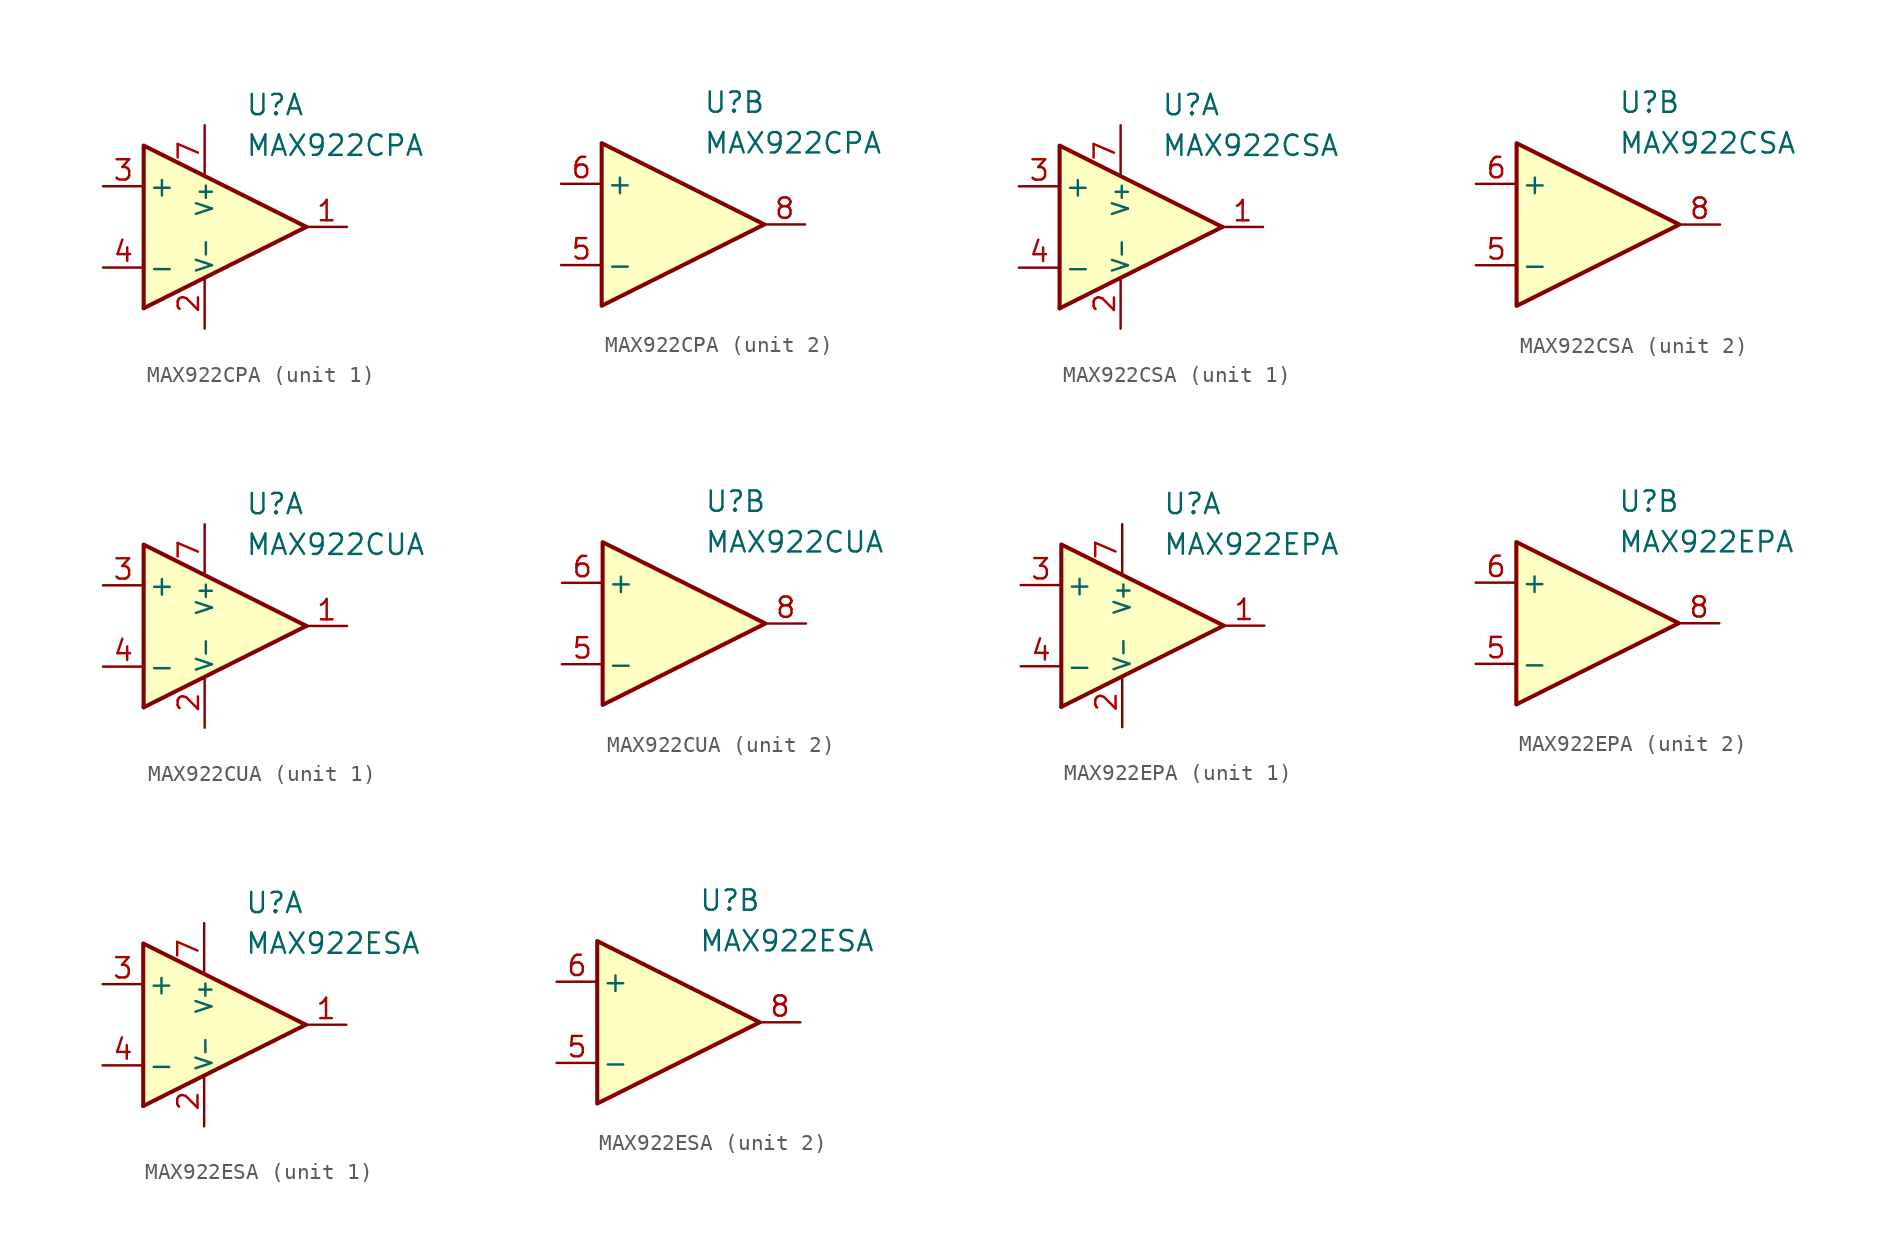
<source format=kicad_sym>
(kicad_symbol_lib
  (version 20211014)
  (generator kicad_symbol_editor)
  (symbol "MAX922CPA"
    (pin_names
      (offset 0.254))
    (property "Reference" "U"
      (at 2.54 7.62 0)
      (effects (font (size 1.27 1.27)) (justify left)))
    (property "Value" "MAX922CPA"
      (at 2.54 5.08 0)
      (effects (font (size 1.27 1.27)) (justify left)))
    (property "ki_locked" ""
      (at 0 0 0)
      (effects (font (size 1.27 1.27))))
    (symbol "MAX922CPA_1_0"
      (polyline (pts (xy 6.35 0) (xy -3.81 -5.08)) (stroke (width 0.254) (type default) (color 0 0 0 0)) (fill (type none)))
      (polyline (pts (xy 6.35 0) (xy -3.81 5.08) (xy -3.81 -5.08)) (stroke (width 0.254) (type default) (color 0 0 0 0)) (fill (type background))))
    (symbol "MAX922CPA_1_1"
      (pin output line (at 8.89 0 180) (length 2.54) (name "~" (effects (font (size 1.27 1.27)))) (number "1" (effects (font (size 1.27 1.27)))))
      (pin power_in line (at 0 -6.35 90) (length 3.18) (name "V-" (effects (font (size 1 1)))) (number "2" (effects (font (size 1.27 1.27)))))
      (pin input line (at -6.35 2.54 0) (length 2.54) (name "+" (effects (font (size 1.27 1.27)))) (number "3" (effects (font (size 1.27 1.27)))))
      (pin input line (at -6.35 -2.54 0) (length 2.54) (name "-" (effects (font (size 1.27 1.27)))) (number "4" (effects (font (size 1.27 1.27)))))
      (pin power_in line (at 0 6.35 270) (length 3.18) (name "V+" (effects (font (size 1 1)))) (number "7" (effects (font (size 1.27 1.27))))))
    (symbol "MAX922CPA_2_0"
      (polyline (pts (xy 6.35 0) (xy -3.81 5.08) (xy -3.81 -5.08) (xy 6.35 0)) (stroke (width 0.254) (type default) (color 0 0 0 0)) (fill (type background))))
    (symbol "MAX922CPA_2_1"
      (pin input line (at -6.35 -2.54 0) (length 2.54) (name "-" (effects (font (size 1.27 1.27)))) (number "5" (effects (font (size 1.27 1.27)))))
      (pin input line (at -6.35 2.54 0) (length 2.54) (name "+" (effects (font (size 1.27 1.27)))) (number "6" (effects (font (size 1.27 1.27)))))
      (pin output line (at 8.89 0 180) (length 2.54) (name "~" (effects (font (size 1.27 1.27)))) (number "8" (effects (font (size 1.27 1.27)))))))
  (symbol "MAX922CSA"
    (pin_names
      (offset 0.254))
    (property "Reference" "U"
      (at 2.54 7.62 0)
      (effects (font (size 1.27 1.27)) (justify left)))
    (property "Value" "MAX922CSA"
      (at 2.54 5.08 0)
      (effects (font (size 1.27 1.27)) (justify left)))
    (property "ki_locked" ""
      (at 0 0 0)
      (effects (font (size 1.27 1.27))))
    (symbol "MAX922CSA_1_0"
      (polyline (pts (xy 6.35 0) (xy -3.81 -5.08)) (stroke (width 0.254) (type default) (color 0 0 0 0)) (fill (type none)))
      (polyline (pts (xy 6.35 0) (xy -3.81 5.08) (xy -3.81 -5.08)) (stroke (width 0.254) (type default) (color 0 0 0 0)) (fill (type background))))
    (symbol "MAX922CSA_1_1"
      (pin output line (at 8.89 0 180) (length 2.54) (name "~" (effects (font (size 1.27 1.27)))) (number "1" (effects (font (size 1.27 1.27)))))
      (pin power_in line (at 0 -6.35 90) (length 3.18) (name "V-" (effects (font (size 1 1)))) (number "2" (effects (font (size 1.27 1.27)))))
      (pin input line (at -6.35 2.54 0) (length 2.54) (name "+" (effects (font (size 1.27 1.27)))) (number "3" (effects (font (size 1.27 1.27)))))
      (pin input line (at -6.35 -2.54 0) (length 2.54) (name "-" (effects (font (size 1.27 1.27)))) (number "4" (effects (font (size 1.27 1.27)))))
      (pin power_in line (at 0 6.35 270) (length 3.18) (name "V+" (effects (font (size 1 1)))) (number "7" (effects (font (size 1.27 1.27))))))
    (symbol "MAX922CSA_2_0"
      (polyline (pts (xy 6.35 0) (xy -3.81 5.08) (xy -3.81 -5.08) (xy 6.35 0)) (stroke (width 0.254) (type default) (color 0 0 0 0)) (fill (type background))))
    (symbol "MAX922CSA_2_1"
      (pin input line (at -6.35 -2.54 0) (length 2.54) (name "-" (effects (font (size 1.27 1.27)))) (number "5" (effects (font (size 1.27 1.27)))))
      (pin input line (at -6.35 2.54 0) (length 2.54) (name "+" (effects (font (size 1.27 1.27)))) (number "6" (effects (font (size 1.27 1.27)))))
      (pin output line (at 8.89 0 180) (length 2.54) (name "~" (effects (font (size 1.27 1.27)))) (number "8" (effects (font (size 1.27 1.27)))))))
  (symbol "MAX922CUA"
    (pin_names
      (offset 0.254))
    (property "Reference" "U"
      (at 2.54 7.62 0)
      (effects (font (size 1.27 1.27)) (justify left)))
    (property "Value" "MAX922CUA"
      (at 2.54 5.08 0)
      (effects (font (size 1.27 1.27)) (justify left)))
    (property "ki_locked" ""
      (at 0 0 0)
      (effects (font (size 1.27 1.27))))
    (symbol "MAX922CUA_1_0"
      (polyline (pts (xy 6.35 0) (xy -3.81 -5.08)) (stroke (width 0.254) (type default) (color 0 0 0 0)) (fill (type none)))
      (polyline (pts (xy 6.35 0) (xy -3.81 5.08) (xy -3.81 -5.08)) (stroke (width 0.254) (type default) (color 0 0 0 0)) (fill (type background))))
    (symbol "MAX922CUA_1_1"
      (pin output line (at 8.89 0 180) (length 2.54) (name "~" (effects (font (size 1.27 1.27)))) (number "1" (effects (font (size 1.27 1.27)))))
      (pin power_in line (at 0 -6.35 90) (length 3.18) (name "V-" (effects (font (size 1 1)))) (number "2" (effects (font (size 1.27 1.27)))))
      (pin input line (at -6.35 2.54 0) (length 2.54) (name "+" (effects (font (size 1.27 1.27)))) (number "3" (effects (font (size 1.27 1.27)))))
      (pin input line (at -6.35 -2.54 0) (length 2.54) (name "-" (effects (font (size 1.27 1.27)))) (number "4" (effects (font (size 1.27 1.27)))))
      (pin power_in line (at 0 6.35 270) (length 3.18) (name "V+" (effects (font (size 1 1)))) (number "7" (effects (font (size 1.27 1.27))))))
    (symbol "MAX922CUA_2_0"
      (polyline (pts (xy 6.35 0) (xy -3.81 5.08) (xy -3.81 -5.08) (xy 6.35 0)) (stroke (width 0.254) (type default) (color 0 0 0 0)) (fill (type background))))
    (symbol "MAX922CUA_2_1"
      (pin input line (at -6.35 -2.54 0) (length 2.54) (name "-" (effects (font (size 1.27 1.27)))) (number "5" (effects (font (size 1.27 1.27)))))
      (pin input line (at -6.35 2.54 0) (length 2.54) (name "+" (effects (font (size 1.27 1.27)))) (number "6" (effects (font (size 1.27 1.27)))))
      (pin output line (at 8.89 0 180) (length 2.54) (name "~" (effects (font (size 1.27 1.27)))) (number "8" (effects (font (size 1.27 1.27)))))))
  (symbol "MAX922EPA"
    (pin_names
      (offset 0.254))
    (property "Reference" "U"
      (at 2.54 7.62 0)
      (effects (font (size 1.27 1.27)) (justify left)))
    (property "Value" "MAX922EPA"
      (at 2.54 5.08 0)
      (effects (font (size 1.27 1.27)) (justify left)))
    (property "ki_locked" ""
      (at 0 0 0)
      (effects (font (size 1.27 1.27))))
    (symbol "MAX922EPA_1_0"
      (polyline (pts (xy 6.35 0) (xy -3.81 -5.08)) (stroke (width 0.254) (type default) (color 0 0 0 0)) (fill (type none)))
      (polyline (pts (xy 6.35 0) (xy -3.81 5.08) (xy -3.81 -5.08)) (stroke (width 0.254) (type default) (color 0 0 0 0)) (fill (type background))))
    (symbol "MAX922EPA_1_1"
      (pin output line (at 8.89 0 180) (length 2.54) (name "~" (effects (font (size 1.27 1.27)))) (number "1" (effects (font (size 1.27 1.27)))))
      (pin power_in line (at 0 -6.35 90) (length 3.18) (name "V-" (effects (font (size 1 1)))) (number "2" (effects (font (size 1.27 1.27)))))
      (pin input line (at -6.35 2.54 0) (length 2.54) (name "+" (effects (font (size 1.27 1.27)))) (number "3" (effects (font (size 1.27 1.27)))))
      (pin input line (at -6.35 -2.54 0) (length 2.54) (name "-" (effects (font (size 1.27 1.27)))) (number "4" (effects (font (size 1.27 1.27)))))
      (pin power_in line (at 0 6.35 270) (length 3.18) (name "V+" (effects (font (size 1 1)))) (number "7" (effects (font (size 1.27 1.27))))))
    (symbol "MAX922EPA_2_0"
      (polyline (pts (xy 6.35 0) (xy -3.81 5.08) (xy -3.81 -5.08) (xy 6.35 0)) (stroke (width 0.254) (type default) (color 0 0 0 0)) (fill (type background))))
    (symbol "MAX922EPA_2_1"
      (pin input line (at -6.35 -2.54 0) (length 2.54) (name "-" (effects (font (size 1.27 1.27)))) (number "5" (effects (font (size 1.27 1.27)))))
      (pin input line (at -6.35 2.54 0) (length 2.54) (name "+" (effects (font (size 1.27 1.27)))) (number "6" (effects (font (size 1.27 1.27)))))
      (pin output line (at 8.89 0 180) (length 2.54) (name "~" (effects (font (size 1.27 1.27)))) (number "8" (effects (font (size 1.27 1.27)))))))
  (symbol "MAX922ESA"
    (pin_names
      (offset 0.254))
    (property "Reference" "U"
      (at 2.54 7.62 0)
      (effects (font (size 1.27 1.27)) (justify left)))
    (property "Value" "MAX922ESA"
      (at 2.54 5.08 0)
      (effects (font (size 1.27 1.27)) (justify left)))
    (property "ki_locked" ""
      (at 0 0 0)
      (effects (font (size 1.27 1.27))))
    (symbol "MAX922ESA_1_0"
      (polyline (pts (xy 6.35 0) (xy -3.81 -5.08)) (stroke (width 0.254) (type default) (color 0 0 0 0)) (fill (type none)))
      (polyline (pts (xy 6.35 0) (xy -3.81 5.08) (xy -3.81 -5.08)) (stroke (width 0.254) (type default) (color 0 0 0 0)) (fill (type background))))
    (symbol "MAX922ESA_1_1"
      (pin output line (at 8.89 0 180) (length 2.54) (name "~" (effects (font (size 1.27 1.27)))) (number "1" (effects (font (size 1.27 1.27)))))
      (pin power_in line (at 0 -6.35 90) (length 3.18) (name "V-" (effects (font (size 1 1)))) (number "2" (effects (font (size 1.27 1.27)))))
      (pin input line (at -6.35 2.54 0) (length 2.54) (name "+" (effects (font (size 1.27 1.27)))) (number "3" (effects (font (size 1.27 1.27)))))
      (pin input line (at -6.35 -2.54 0) (length 2.54) (name "-" (effects (font (size 1.27 1.27)))) (number "4" (effects (font (size 1.27 1.27)))))
      (pin power_in line (at 0 6.35 270) (length 3.18) (name "V+" (effects (font (size 1 1)))) (number "7" (effects (font (size 1.27 1.27))))))
    (symbol "MAX922ESA_2_0"
      (polyline (pts (xy 6.35 0) (xy -3.81 5.08) (xy -3.81 -5.08) (xy 6.35 0)) (stroke (width 0.254) (type default) (color 0 0 0 0)) (fill (type background))))
    (symbol "MAX922ESA_2_1"
      (pin input line (at -6.35 -2.54 0) (length 2.54) (name "-" (effects (font (size 1.27 1.27)))) (number "5" (effects (font (size 1.27 1.27)))))
      (pin input line (at -6.35 2.54 0) (length 2.54) (name "+" (effects (font (size 1.27 1.27)))) (number "6" (effects (font (size 1.27 1.27)))))
      (pin output line (at 8.89 0 180) (length 2.54) (name "~" (effects (font (size 1.27 1.27)))) (number "8" (effects (font (size 1.27 1.27))))))))
</source>
